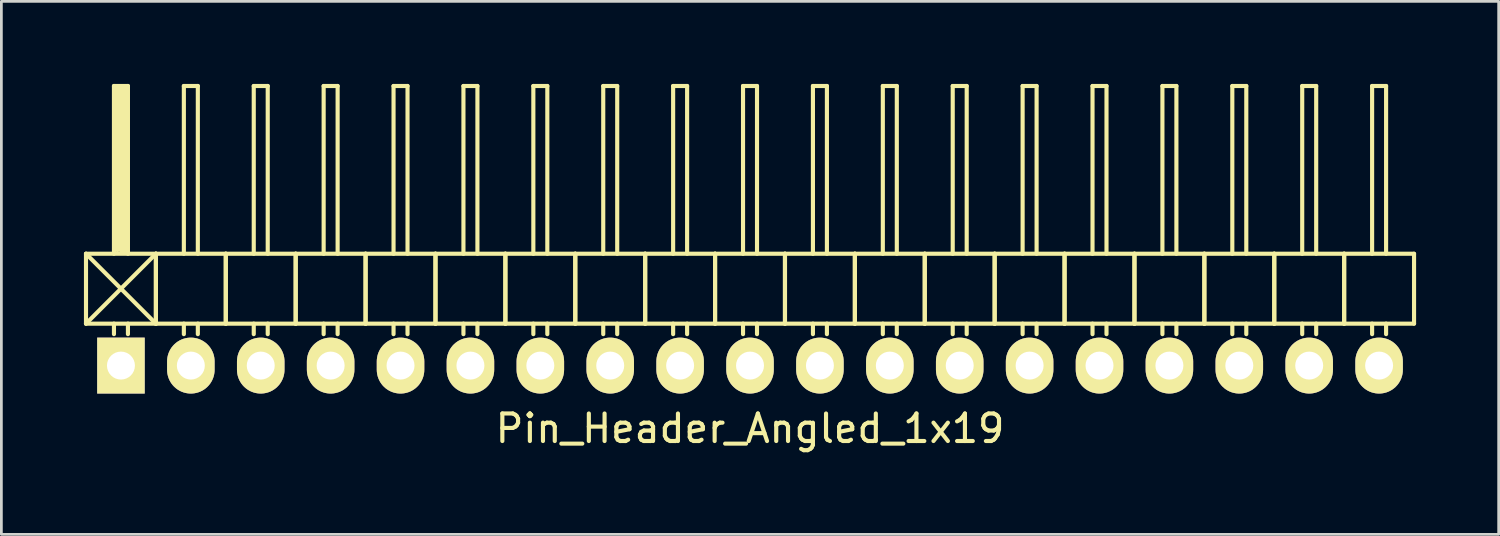
<source format=kicad_pcb>
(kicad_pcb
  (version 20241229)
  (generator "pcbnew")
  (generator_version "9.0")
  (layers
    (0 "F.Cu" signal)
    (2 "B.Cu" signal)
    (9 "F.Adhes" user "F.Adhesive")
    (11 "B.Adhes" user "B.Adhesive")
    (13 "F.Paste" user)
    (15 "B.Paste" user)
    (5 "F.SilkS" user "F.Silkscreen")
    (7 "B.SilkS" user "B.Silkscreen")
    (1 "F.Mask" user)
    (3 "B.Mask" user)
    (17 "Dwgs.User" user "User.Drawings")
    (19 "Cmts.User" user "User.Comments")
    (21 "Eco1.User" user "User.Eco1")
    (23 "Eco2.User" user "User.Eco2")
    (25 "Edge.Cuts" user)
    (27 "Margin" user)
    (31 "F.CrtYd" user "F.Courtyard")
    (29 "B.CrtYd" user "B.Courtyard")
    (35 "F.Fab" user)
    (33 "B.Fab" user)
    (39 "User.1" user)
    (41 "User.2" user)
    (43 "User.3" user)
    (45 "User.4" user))
  (footprint "Pin_Header_Angled_1x19"
    (layer "F.Cu")
    (at 24.205 10.235)
    (property "Reference" "Pin_Header_Angled_1x19" (at 0 2.286 0) (layer "F.SilkS") (effects (font (size 1 1) (thickness 0.15))))
    (attr through_hole)
    (fp_line (start -24.13 -4.064) (end -21.59 -1.524) (stroke (width 0.15) (type solid)) (layer "F.SilkS"))
    (fp_line (start -24.13 -1.524) (end -24.13 -4.064) (stroke (width 0.15) (type solid)) (layer "F.SilkS"))
    (fp_line (start -24.13 -1.524) (end -21.59 -1.524) (stroke (width 0.15) (type solid)) (layer "F.SilkS"))
    (fp_line (start -23.114 -10.16) (end -22.606 -10.16) (stroke (width 0.15) (type solid)) (layer "F.SilkS"))
    (fp_line (start -23.114 -4.064) (end -23.114 -10.16) (stroke (width 0.15) (type solid)) (layer "F.SilkS"))
    (fp_line (start -23.114 -1.524) (end -23.114 -1.143) (stroke (width 0.15) (type solid)) (layer "F.SilkS"))
    (fp_line (start -22.987 -10.033) (end -22.733 -10.033) (stroke (width 0.15) (type solid)) (layer "F.SilkS"))
    (fp_line (start -22.987 -4.191) (end -22.987 -10.033) (stroke (width 0.15) (type solid)) (layer "F.SilkS"))
    (fp_line (start -22.86 -4.191) (end -22.86 -10.033) (stroke (width 0.15) (type solid)) (layer "F.SilkS"))
    (fp_line (start -22.733 -10.033) (end -22.733 -4.191) (stroke (width 0.15) (type solid)) (layer "F.SilkS"))
    (fp_line (start -22.733 -4.191) (end -22.86 -4.191) (stroke (width 0.15) (type solid)) (layer "F.SilkS"))
    (fp_line (start -22.606 -10.16) (end -22.606 -4.064) (stroke (width 0.15) (type solid)) (layer "F.SilkS"))
    (fp_line (start -22.606 -1.524) (end -22.606 -1.143) (stroke (width 0.15) (type solid)) (layer "F.SilkS"))
    (fp_line (start -21.59 -4.064) (end -24.13 -4.064) (stroke (width 0.15) (type solid)) (layer "F.SilkS"))
    (fp_line (start -21.59 -4.064) (end -24.13 -1.524) (stroke (width 0.15) (type solid)) (layer "F.SilkS"))
    (fp_line (start -21.59 -1.524) (end -21.59 -4.064) (stroke (width 0.15) (type solid)) (layer "F.SilkS"))
    (fp_line (start -21.59 -1.524) (end -21.59 -4.064) (stroke (width 0.15) (type solid)) (layer "F.SilkS"))
    (fp_line (start -21.59 -1.524) (end -19.05 -1.524) (stroke (width 0.15) (type solid)) (layer "F.SilkS"))
    (fp_line (start -20.574 -10.16) (end -20.066 -10.16) (stroke (width 0.15) (type solid)) (layer "F.SilkS"))
    (fp_line (start -20.574 -4.064) (end -20.574 -10.16) (stroke (width 0.15) (type solid)) (layer "F.SilkS"))
    (fp_line (start -20.574 -1.524) (end -20.574 -1.143) (stroke (width 0.15) (type solid)) (layer "F.SilkS"))
    (fp_line (start -20.066 -10.16) (end -20.066 -4.064) (stroke (width 0.15) (type solid)) (layer "F.SilkS"))
    (fp_line (start -20.066 -1.524) (end -20.066 -1.143) (stroke (width 0.15) (type solid)) (layer "F.SilkS"))
    (fp_line (start -19.05 -4.064) (end -21.59 -4.064) (stroke (width 0.15) (type solid)) (layer "F.SilkS"))
    (fp_line (start -19.05 -1.524) (end -19.05 -4.064) (stroke (width 0.15) (type solid)) (layer "F.SilkS"))
    (fp_line (start -19.05 -1.524) (end -19.05 -4.064) (stroke (width 0.15) (type solid)) (layer "F.SilkS"))
    (fp_line (start -19.05 -1.524) (end -16.51 -1.524) (stroke (width 0.15) (type solid)) (layer "F.SilkS"))
    (fp_line (start -18.034 -10.16) (end -17.526 -10.16) (stroke (width 0.15) (type solid)) (layer "F.SilkS"))
    (fp_line (start -18.034 -4.064) (end -18.034 -10.16) (stroke (width 0.15) (type solid)) (layer "F.SilkS"))
    (fp_line (start -18.034 -1.524) (end -18.034 -1.143) (stroke (width 0.15) (type solid)) (layer "F.SilkS"))
    (fp_line (start -17.526 -10.16) (end -17.526 -4.064) (stroke (width 0.15) (type solid)) (layer "F.SilkS"))
    (fp_line (start -17.526 -1.524) (end -17.526 -1.143) (stroke (width 0.15) (type solid)) (layer "F.SilkS"))
    (fp_line (start -16.51 -4.064) (end -19.05 -4.064) (stroke (width 0.15) (type solid)) (layer "F.SilkS"))
    (fp_line (start -16.51 -1.524) (end -16.51 -4.064) (stroke (width 0.15) (type solid)) (layer "F.SilkS"))
    (fp_line (start -16.51 -1.524) (end -16.51 -4.064) (stroke (width 0.15) (type solid)) (layer "F.SilkS"))
    (fp_line (start -16.51 -1.524) (end -13.97 -1.524) (stroke (width 0.15) (type solid)) (layer "F.SilkS"))
    (fp_line (start -15.494 -10.16) (end -14.986 -10.16) (stroke (width 0.15) (type solid)) (layer "F.SilkS"))
    (fp_line (start -15.494 -4.064) (end -15.494 -10.16) (stroke (width 0.15) (type solid)) (layer "F.SilkS"))
    (fp_line (start -15.494 -1.524) (end -15.494 -1.143) (stroke (width 0.15) (type solid)) (layer "F.SilkS"))
    (fp_line (start -14.986 -10.16) (end -14.986 -4.064) (stroke (width 0.15) (type solid)) (layer "F.SilkS"))
    (fp_line (start -14.986 -1.524) (end -14.986 -1.143) (stroke (width 0.15) (type solid)) (layer "F.SilkS"))
    (fp_line (start -13.97 -4.064) (end -16.51 -4.064) (stroke (width 0.15) (type solid)) (layer "F.SilkS"))
    (fp_line (start -13.97 -1.524) (end -13.97 -4.064) (stroke (width 0.15) (type solid)) (layer "F.SilkS"))
    (fp_line (start -13.97 -1.524) (end -13.97 -4.064) (stroke (width 0.15) (type solid)) (layer "F.SilkS"))
    (fp_line (start -13.97 -1.524) (end -11.43 -1.524) (stroke (width 0.15) (type solid)) (layer "F.SilkS"))
    (fp_line (start -12.954 -10.16) (end -12.446 -10.16) (stroke (width 0.15) (type solid)) (layer "F.SilkS"))
    (fp_line (start -12.954 -4.064) (end -12.954 -10.16) (stroke (width 0.15) (type solid)) (layer "F.SilkS"))
    (fp_line (start -12.954 -1.524) (end -12.954 -1.143) (stroke (width 0.15) (type solid)) (layer "F.SilkS"))
    (fp_line (start -12.446 -10.16) (end -12.446 -4.064) (stroke (width 0.15) (type solid)) (layer "F.SilkS"))
    (fp_line (start -12.446 -1.524) (end -12.446 -1.143) (stroke (width 0.15) (type solid)) (layer "F.SilkS"))
    (fp_line (start -11.43 -4.064) (end -13.97 -4.064) (stroke (width 0.15) (type solid)) (layer "F.SilkS"))
    (fp_line (start -11.43 -1.524) (end -11.43 -4.064) (stroke (width 0.15) (type solid)) (layer "F.SilkS"))
    (fp_line (start -11.43 -1.524) (end -11.43 -4.064) (stroke (width 0.15) (type solid)) (layer "F.SilkS"))
    (fp_line (start -11.43 -1.524) (end -8.89 -1.524) (stroke (width 0.15) (type solid)) (layer "F.SilkS"))
    (fp_line (start -10.414 -10.16) (end -9.906 -10.16) (stroke (width 0.15) (type solid)) (layer "F.SilkS"))
    (fp_line (start -10.414 -4.064) (end -10.414 -10.16) (stroke (width 0.15) (type solid)) (layer "F.SilkS"))
    (fp_line (start -10.414 -1.524) (end -10.414 -1.143) (stroke (width 0.15) (type solid)) (layer "F.SilkS"))
    (fp_line (start -9.906 -10.16) (end -9.906 -4.064) (stroke (width 0.15) (type solid)) (layer "F.SilkS"))
    (fp_line (start -9.906 -1.524) (end -9.906 -1.143) (stroke (width 0.15) (type solid)) (layer "F.SilkS"))
    (fp_line (start -8.89 -4.064) (end -11.43 -4.064) (stroke (width 0.15) (type solid)) (layer "F.SilkS"))
    (fp_line (start -8.89 -1.524) (end -8.89 -4.064) (stroke (width 0.15) (type solid)) (layer "F.SilkS"))
    (fp_line (start -8.89 -1.524) (end -8.89 -4.064) (stroke (width 0.15) (type solid)) (layer "F.SilkS"))
    (fp_line (start -8.89 -1.524) (end -6.35 -1.524) (stroke (width 0.15) (type solid)) (layer "F.SilkS"))
    (fp_line (start -7.874 -10.16) (end -7.366 -10.16) (stroke (width 0.15) (type solid)) (layer "F.SilkS"))
    (fp_line (start -7.874 -4.064) (end -7.874 -10.16) (stroke (width 0.15) (type solid)) (layer "F.SilkS"))
    (fp_line (start -7.874 -1.524) (end -7.874 -1.143) (stroke (width 0.15) (type solid)) (layer "F.SilkS"))
    (fp_line (start -7.366 -10.16) (end -7.366 -4.064) (stroke (width 0.15) (type solid)) (layer "F.SilkS"))
    (fp_line (start -7.366 -1.524) (end -7.366 -1.143) (stroke (width 0.15) (type solid)) (layer "F.SilkS"))
    (fp_line (start -6.35 -4.064) (end -8.89 -4.064) (stroke (width 0.15) (type solid)) (layer "F.SilkS"))
    (fp_line (start -6.35 -1.524) (end -6.35 -4.064) (stroke (width 0.15) (type solid)) (layer "F.SilkS"))
    (fp_line (start -6.35 -1.524) (end -6.35 -4.064) (stroke (width 0.15) (type solid)) (layer "F.SilkS"))
    (fp_line (start -6.35 -1.524) (end -3.81 -1.524) (stroke (width 0.15) (type solid)) (layer "F.SilkS"))
    (fp_line (start -5.334 -10.16) (end -4.826 -10.16) (stroke (width 0.15) (type solid)) (layer "F.SilkS"))
    (fp_line (start -5.334 -4.064) (end -5.334 -10.16) (stroke (width 0.15) (type solid)) (layer "F.SilkS"))
    (fp_line (start -5.334 -1.524) (end -5.334 -1.143) (stroke (width 0.15) (type solid)) (layer "F.SilkS"))
    (fp_line (start -4.826 -10.16) (end -4.826 -4.064) (stroke (width 0.15) (type solid)) (layer "F.SilkS"))
    (fp_line (start -4.826 -1.524) (end -4.826 -1.143) (stroke (width 0.15) (type solid)) (layer "F.SilkS"))
    (fp_line (start -3.81 -4.064) (end -6.35 -4.064) (stroke (width 0.15) (type solid)) (layer "F.SilkS"))
    (fp_line (start -3.81 -1.524) (end -3.81 -4.064) (stroke (width 0.15) (type solid)) (layer "F.SilkS"))
    (fp_line (start -3.81 -1.524) (end -3.81 -4.064) (stroke (width 0.15) (type solid)) (layer "F.SilkS"))
    (fp_line (start -3.81 -1.524) (end -1.27 -1.524) (stroke (width 0.15) (type solid)) (layer "F.SilkS"))
    (fp_line (start -2.794 -10.16) (end -2.286 -10.16) (stroke (width 0.15) (type solid)) (layer "F.SilkS"))
    (fp_line (start -2.794 -4.064) (end -2.794 -10.16) (stroke (width 0.15) (type solid)) (layer "F.SilkS"))
    (fp_line (start -2.794 -1.524) (end -2.794 -1.143) (stroke (width 0.15) (type solid)) (layer "F.SilkS"))
    (fp_line (start -2.286 -10.16) (end -2.286 -4.064) (stroke (width 0.15) (type solid)) (layer "F.SilkS"))
    (fp_line (start -2.286 -1.524) (end -2.286 -1.143) (stroke (width 0.15) (type solid)) (layer "F.SilkS"))
    (fp_line (start -1.27 -4.064) (end -3.81 -4.064) (stroke (width 0.15) (type solid)) (layer "F.SilkS"))
    (fp_line (start -1.27 -1.524) (end -1.27 -4.064) (stroke (width 0.15) (type solid)) (layer "F.SilkS"))
    (fp_line (start -1.27 -1.524) (end -1.27 -4.064) (stroke (width 0.15) (type solid)) (layer "F.SilkS"))
    (fp_line (start -1.27 -1.524) (end 1.27 -1.524) (stroke (width 0.15) (type solid)) (layer "F.SilkS"))
    (fp_line (start -0.254 -10.16) (end 0.254 -10.16) (stroke (width 0.15) (type solid)) (layer "F.SilkS"))
    (fp_line (start -0.254 -4.064) (end -0.254 -10.16) (stroke (width 0.15) (type solid)) (layer "F.SilkS"))
    (fp_line (start -0.254 -1.524) (end -0.254 -1.143) (stroke (width 0.15) (type solid)) (layer "F.SilkS"))
    (fp_line (start 0.254 -10.16) (end 0.254 -4.064) (stroke (width 0.15) (type solid)) (layer "F.SilkS"))
    (fp_line (start 0.254 -1.524) (end 0.254 -1.143) (stroke (width 0.15) (type solid)) (layer "F.SilkS"))
    (fp_line (start 1.27 -4.064) (end -1.27 -4.064) (stroke (width 0.15) (type solid)) (layer "F.SilkS"))
    (fp_line (start 1.27 -1.524) (end 1.27 -4.064) (stroke (width 0.15) (type solid)) (layer "F.SilkS"))
    (fp_line (start 1.27 -1.524) (end 1.27 -4.064) (stroke (width 0.15) (type solid)) (layer "F.SilkS"))
    (fp_line (start 1.27 -1.524) (end 3.81 -1.524) (stroke (width 0.15) (type solid)) (layer "F.SilkS"))
    (fp_line (start 2.286 -10.16) (end 2.794 -10.16) (stroke (width 0.15) (type solid)) (layer "F.SilkS"))
    (fp_line (start 2.286 -4.064) (end 2.286 -10.16) (stroke (width 0.15) (type solid)) (layer "F.SilkS"))
    (fp_line (start 2.286 -1.524) (end 2.286 -1.143) (stroke (width 0.15) (type solid)) (layer "F.SilkS"))
    (fp_line (start 2.794 -10.16) (end 2.794 -4.064) (stroke (width 0.15) (type solid)) (layer "F.SilkS"))
    (fp_line (start 2.794 -1.524) (end 2.794 -1.143) (stroke (width 0.15) (type solid)) (layer "F.SilkS"))
    (fp_line (start 3.81 -4.064) (end 1.27 -4.064) (stroke (width 0.15) (type solid)) (layer "F.SilkS"))
    (fp_line (start 3.81 -1.524) (end 3.81 -4.064) (stroke (width 0.15) (type solid)) (layer "F.SilkS"))
    (fp_line (start 3.81 -1.524) (end 3.81 -4.064) (stroke (width 0.15) (type solid)) (layer "F.SilkS"))
    (fp_line (start 3.81 -1.524) (end 6.35 -1.524) (stroke (width 0.15) (type solid)) (layer "F.SilkS"))
    (fp_line (start 4.826 -10.16) (end 5.334 -10.16) (stroke (width 0.15) (type solid)) (layer "F.SilkS"))
    (fp_line (start 4.826 -4.064) (end 4.826 -10.16) (stroke (width 0.15) (type solid)) (layer "F.SilkS"))
    (fp_line (start 4.826 -1.524) (end 4.826 -1.143) (stroke (width 0.15) (type solid)) (layer "F.SilkS"))
    (fp_line (start 5.334 -10.16) (end 5.334 -4.064) (stroke (width 0.15) (type solid)) (layer "F.SilkS"))
    (fp_line (start 5.334 -1.524) (end 5.334 -1.143) (stroke (width 0.15) (type solid)) (layer "F.SilkS"))
    (fp_line (start 6.35 -4.064) (end 3.81 -4.064) (stroke (width 0.15) (type solid)) (layer "F.SilkS"))
    (fp_line (start 6.35 -1.524) (end 6.35 -4.064) (stroke (width 0.15) (type solid)) (layer "F.SilkS"))
    (fp_line (start 6.35 -1.524) (end 6.35 -4.064) (stroke (width 0.15) (type solid)) (layer "F.SilkS"))
    (fp_line (start 6.35 -1.524) (end 8.89 -1.524) (stroke (width 0.15) (type solid)) (layer "F.SilkS"))
    (fp_line (start 7.366 -10.16) (end 7.874 -10.16) (stroke (width 0.15) (type solid)) (layer "F.SilkS"))
    (fp_line (start 7.366 -4.064) (end 7.366 -10.16) (stroke (width 0.15) (type solid)) (layer "F.SilkS"))
    (fp_line (start 7.366 -1.524) (end 7.366 -1.143) (stroke (width 0.15) (type solid)) (layer "F.SilkS"))
    (fp_line (start 7.874 -10.16) (end 7.874 -4.064) (stroke (width 0.15) (type solid)) (layer "F.SilkS"))
    (fp_line (start 7.874 -1.524) (end 7.874 -1.143) (stroke (width 0.15) (type solid)) (layer "F.SilkS"))
    (fp_line (start 8.89 -4.064) (end 6.35 -4.064) (stroke (width 0.15) (type solid)) (layer "F.SilkS"))
    (fp_line (start 8.89 -1.524) (end 8.89 -4.064) (stroke (width 0.15) (type solid)) (layer "F.SilkS"))
    (fp_line (start 8.89 -1.524) (end 8.89 -4.064) (stroke (width 0.15) (type solid)) (layer "F.SilkS"))
    (fp_line (start 8.89 -1.524) (end 11.43 -1.524) (stroke (width 0.15) (type solid)) (layer "F.SilkS"))
    (fp_line (start 9.906 -10.16) (end 10.414 -10.16) (stroke (width 0.15) (type solid)) (layer "F.SilkS"))
    (fp_line (start 9.906 -4.064) (end 9.906 -10.16) (stroke (width 0.15) (type solid)) (layer "F.SilkS"))
    (fp_line (start 9.906 -1.524) (end 9.906 -1.143) (stroke (width 0.15) (type solid)) (layer "F.SilkS"))
    (fp_line (start 10.414 -10.16) (end 10.414 -4.064) (stroke (width 0.15) (type solid)) (layer "F.SilkS"))
    (fp_line (start 10.414 -1.524) (end 10.414 -1.143) (stroke (width 0.15) (type solid)) (layer "F.SilkS"))
    (fp_line (start 11.43 -4.064) (end 8.89 -4.064) (stroke (width 0.15) (type solid)) (layer "F.SilkS"))
    (fp_line (start 11.43 -1.524) (end 11.43 -4.064) (stroke (width 0.15) (type solid)) (layer "F.SilkS"))
    (fp_line (start 11.43 -1.524) (end 11.43 -4.064) (stroke (width 0.15) (type solid)) (layer "F.SilkS"))
    (fp_line (start 11.43 -1.524) (end 13.97 -1.524) (stroke (width 0.15) (type solid)) (layer "F.SilkS"))
    (fp_line (start 12.446 -10.16) (end 12.954 -10.16) (stroke (width 0.15) (type solid)) (layer "F.SilkS"))
    (fp_line (start 12.446 -4.064) (end 12.446 -10.16) (stroke (width 0.15) (type solid)) (layer "F.SilkS"))
    (fp_line (start 12.446 -1.524) (end 12.446 -1.143) (stroke (width 0.15) (type solid)) (layer "F.SilkS"))
    (fp_line (start 12.954 -10.16) (end 12.954 -4.064) (stroke (width 0.15) (type solid)) (layer "F.SilkS"))
    (fp_line (start 12.954 -1.524) (end 12.954 -1.143) (stroke (width 0.15) (type solid)) (layer "F.SilkS"))
    (fp_line (start 13.97 -4.064) (end 11.43 -4.064) (stroke (width 0.15) (type solid)) (layer "F.SilkS"))
    (fp_line (start 13.97 -1.524) (end 13.97 -4.064) (stroke (width 0.15) (type solid)) (layer "F.SilkS"))
    (fp_line (start 13.97 -1.524) (end 13.97 -4.064) (stroke (width 0.15) (type solid)) (layer "F.SilkS"))
    (fp_line (start 13.97 -1.524) (end 16.51 -1.524) (stroke (width 0.15) (type solid)) (layer "F.SilkS"))
    (fp_line (start 14.986 -10.16) (end 15.494 -10.16) (stroke (width 0.15) (type solid)) (layer "F.SilkS"))
    (fp_line (start 14.986 -4.064) (end 14.986 -10.16) (stroke (width 0.15) (type solid)) (layer "F.SilkS"))
    (fp_line (start 14.986 -1.524) (end 14.986 -1.143) (stroke (width 0.15) (type solid)) (layer "F.SilkS"))
    (fp_line (start 15.494 -10.16) (end 15.494 -4.064) (stroke (width 0.15) (type solid)) (layer "F.SilkS"))
    (fp_line (start 15.494 -1.524) (end 15.494 -1.143) (stroke (width 0.15) (type solid)) (layer "F.SilkS"))
    (fp_line (start 16.51 -4.064) (end 13.97 -4.064) (stroke (width 0.15) (type solid)) (layer "F.SilkS"))
    (fp_line (start 16.51 -1.524) (end 16.51 -4.064) (stroke (width 0.15) (type solid)) (layer "F.SilkS"))
    (fp_line (start 16.51 -1.524) (end 16.51 -4.064) (stroke (width 0.15) (type solid)) (layer "F.SilkS"))
    (fp_line (start 16.51 -1.524) (end 19.05 -1.524) (stroke (width 0.15) (type solid)) (layer "F.SilkS"))
    (fp_line (start 17.526 -10.16) (end 18.034 -10.16) (stroke (width 0.15) (type solid)) (layer "F.SilkS"))
    (fp_line (start 17.526 -4.064) (end 17.526 -10.16) (stroke (width 0.15) (type solid)) (layer "F.SilkS"))
    (fp_line (start 17.526 -1.524) (end 17.526 -1.143) (stroke (width 0.15) (type solid)) (layer "F.SilkS"))
    (fp_line (start 18.034 -10.16) (end 18.034 -4.064) (stroke (width 0.15) (type solid)) (layer "F.SilkS"))
    (fp_line (start 18.034 -1.524) (end 18.034 -1.143) (stroke (width 0.15) (type solid)) (layer "F.SilkS"))
    (fp_line (start 19.05 -4.064) (end 16.51 -4.064) (stroke (width 0.15) (type solid)) (layer "F.SilkS"))
    (fp_line (start 19.05 -1.524) (end 19.05 -4.064) (stroke (width 0.15) (type solid)) (layer "F.SilkS"))
    (fp_line (start 19.05 -1.524) (end 19.05 -4.064) (stroke (width 0.15) (type solid)) (layer "F.SilkS"))
    (fp_line (start 19.05 -1.524) (end 21.59 -1.524) (stroke (width 0.15) (type solid)) (layer "F.SilkS"))
    (fp_line (start 20.066 -10.16) (end 20.574 -10.16) (stroke (width 0.15) (type solid)) (layer "F.SilkS"))
    (fp_line (start 20.066 -4.064) (end 20.066 -10.16) (stroke (width 0.15) (type solid)) (layer "F.SilkS"))
    (fp_line (start 20.066 -1.524) (end 20.066 -1.143) (stroke (width 0.15) (type solid)) (layer "F.SilkS"))
    (fp_line (start 20.574 -10.16) (end 20.574 -4.064) (stroke (width 0.15) (type solid)) (layer "F.SilkS"))
    (fp_line (start 20.574 -1.524) (end 20.574 -1.143) (stroke (width 0.15) (type solid)) (layer "F.SilkS"))
    (fp_line (start 21.59 -4.064) (end 19.05 -4.064) (stroke (width 0.15) (type solid)) (layer "F.SilkS"))
    (fp_line (start 21.59 -1.524) (end 21.59 -4.064) (stroke (width 0.15) (type solid)) (layer "F.SilkS"))
    (fp_line (start 21.59 -1.524) (end 21.59 -4.064) (stroke (width 0.15) (type solid)) (layer "F.SilkS"))
    (fp_line (start 21.59 -1.524) (end 24.13 -1.524) (stroke (width 0.15) (type solid)) (layer "F.SilkS"))
    (fp_line (start 22.606 -10.16) (end 23.114 -10.16) (stroke (width 0.15) (type solid)) (layer "F.SilkS"))
    (fp_line (start 22.606 -4.064) (end 22.606 -10.16) (stroke (width 0.15) (type solid)) (layer "F.SilkS"))
    (fp_line (start 22.606 -1.524) (end 22.606 -1.143) (stroke (width 0.15) (type solid)) (layer "F.SilkS"))
    (fp_line (start 23.114 -10.16) (end 23.114 -4.064) (stroke (width 0.15) (type solid)) (layer "F.SilkS"))
    (fp_line (start 23.114 -1.524) (end 23.114 -1.143) (stroke (width 0.15) (type solid)) (layer "F.SilkS"))
    (fp_line (start 24.13 -4.064) (end 21.59 -4.064) (stroke (width 0.15) (type solid)) (layer "F.SilkS"))
    (fp_line (start 24.13 -1.524) (end 24.13 -4.064) (stroke (width 0.15) (type solid)) (layer "F.SilkS"))
    (pad "1" thru_hole rect (at -22.86 0) (size 1.727 2.032) (drill 1.016) (layers "*.Cu" "*.Mask" "F.SilkS"))
    (pad "2" thru_hole oval (at -20.32 0) (size 1.727 2.032) (drill 1.016) (layers "*.Cu" "*.Mask" "F.SilkS"))
    (pad "3" thru_hole oval (at -17.78 0) (size 1.727 2.032) (drill 1.016) (layers "*.Cu" "*.Mask" "F.SilkS"))
    (pad "4" thru_hole oval (at -15.24 0) (size 1.727 2.032) (drill 1.016) (layers "*.Cu" "*.Mask" "F.SilkS"))
    (pad "5" thru_hole oval (at -12.7 0) (size 1.727 2.032) (drill 1.016) (layers "*.Cu" "*.Mask" "F.SilkS"))
    (pad "6" thru_hole oval (at -10.16 0) (size 1.727 2.032) (drill 1.016) (layers "*.Cu" "*.Mask" "F.SilkS"))
    (pad "7" thru_hole oval (at -7.62 0) (size 1.727 2.032) (drill 1.016) (layers "*.Cu" "*.Mask" "F.SilkS"))
    (pad "8" thru_hole oval (at -5.08 0) (size 1.727 2.032) (drill 1.016) (layers "*.Cu" "*.Mask" "F.SilkS"))
    (pad "9" thru_hole oval (at -2.54 0) (size 1.727 2.032) (drill 1.016) (layers "*.Cu" "*.Mask" "F.SilkS"))
    (pad "10" thru_hole oval (at 0 0) (size 1.727 2.032) (drill 1.016) (layers "*.Cu" "*.Mask" "F.SilkS"))
    (pad "11" thru_hole oval (at 2.54 0) (size 1.727 2.032) (drill 1.016) (layers "*.Cu" "*.Mask" "F.SilkS"))
    (pad "12" thru_hole oval (at 5.08 0) (size 1.727 2.032) (drill 1.016) (layers "*.Cu" "*.Mask" "F.SilkS"))
    (pad "13" thru_hole oval (at 7.62 0) (size 1.727 2.032) (drill 1.016) (layers "*.Cu" "*.Mask" "F.SilkS"))
    (pad "14" thru_hole oval (at 10.16 0) (size 1.727 2.032) (drill 1.016) (layers "*.Cu" "*.Mask" "F.SilkS"))
    (pad "15" thru_hole oval (at 12.7 0) (size 1.727 2.032) (drill 1.016) (layers "*.Cu" "*.Mask" "F.SilkS"))
    (pad "16" thru_hole oval (at 15.24 0) (size 1.727 2.032) (drill 1.016) (layers "*.Cu" "*.Mask" "F.SilkS"))
    (pad "17" thru_hole oval (at 17.78 0) (size 1.727 2.032) (drill 1.016) (layers "*.Cu" "*.Mask" "F.SilkS"))
    (pad "18" thru_hole oval (at 20.32 0) (size 1.727 2.032) (drill 1.016) (layers "*.Cu" "*.Mask" "F.SilkS"))
    (pad "19" thru_hole oval (at 22.86 0) (size 1.727 2.032) (drill 1.016) (layers "*.Cu" "*.Mask" "F.SilkS")))
  (gr_rect
    (start -3 -3)
    (end 51.41 16.369)
    (stroke (width 0.1) (type default))
    (fill no)
    (layer "Edge.Cuts")))
</source>
